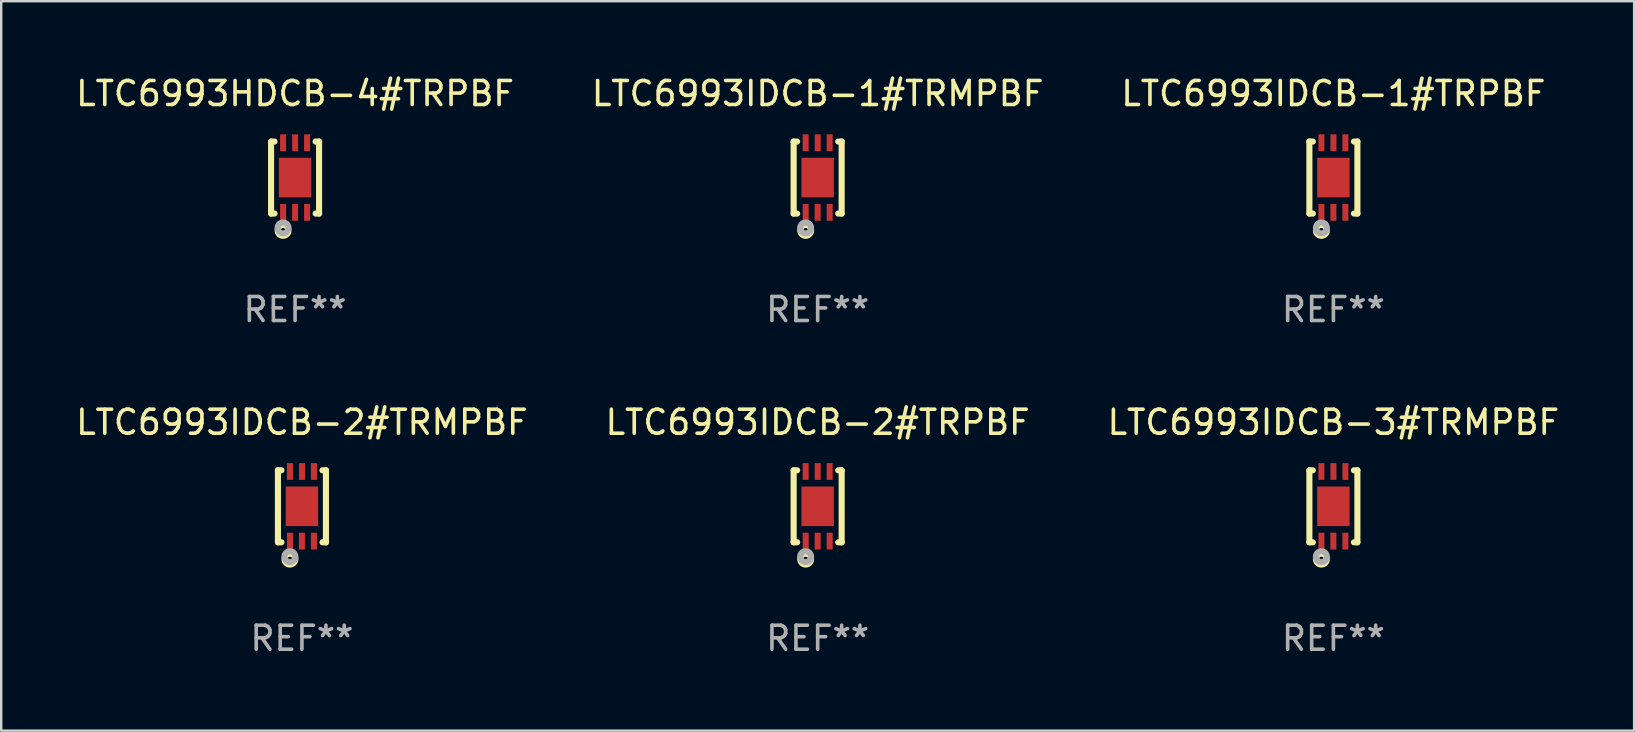
<source format=kicad_pcb>
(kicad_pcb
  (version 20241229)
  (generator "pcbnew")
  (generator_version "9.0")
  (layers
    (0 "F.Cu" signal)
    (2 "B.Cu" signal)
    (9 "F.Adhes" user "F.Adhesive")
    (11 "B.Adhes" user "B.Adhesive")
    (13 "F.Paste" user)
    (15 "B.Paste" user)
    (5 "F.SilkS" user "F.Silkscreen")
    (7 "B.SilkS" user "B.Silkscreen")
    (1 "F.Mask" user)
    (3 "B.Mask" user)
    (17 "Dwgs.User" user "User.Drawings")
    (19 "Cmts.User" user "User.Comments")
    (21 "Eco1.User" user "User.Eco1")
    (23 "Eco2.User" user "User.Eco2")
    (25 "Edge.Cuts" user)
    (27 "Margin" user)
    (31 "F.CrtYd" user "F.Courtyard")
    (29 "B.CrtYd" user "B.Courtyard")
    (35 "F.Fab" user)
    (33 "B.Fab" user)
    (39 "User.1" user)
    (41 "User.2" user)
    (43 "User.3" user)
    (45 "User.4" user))
  (footprint "LTC6993IDCB-2#TRPBF"
    (layer "F.Cu")
    (at 31.018 18.045)
    (property "Reference" "LTC6993IDCB-2#TRPBF" (at 0 -3.5 0) (layer "F.SilkS") (effects (font (size 1 1) (thickness 0.15))))
    (attr through_hole)
    (fp_line (start -1 1.5) (end -1 -1.5) (stroke (width 0.254) (type solid)) (layer "F.SilkS"))
    (fp_line (start -0.856 -1.5) (end -1 -1.5) (stroke (width 0.254) (type solid)) (layer "F.SilkS"))
    (fp_line (start -0.855 1.5) (end -1 1.5) (stroke (width 0.254) (type solid)) (layer "F.SilkS"))
    (fp_line (start 1 -1.5) (end 0.856 -1.5) (stroke (width 0.254) (type solid)) (layer "F.SilkS"))
    (fp_line (start 1 1.5) (end 0.856 1.5) (stroke (width 0.254) (type solid)) (layer "F.SilkS"))
    (fp_line (start 1 1.5) (end 1 -1.5) (stroke (width 0.254) (type solid)) (layer "F.SilkS"))
    (fp_circle (center -1 1.5) (end -0.97 1.5) (stroke (width 0.06) (type solid)) (fill no) (layer "F.SilkS"))
    (fp_circle (center -0.5 2.2) (end -0.4 2.2) (stroke (width 0.254) (type solid)) (fill no) (layer "F.SilkS"))
    (fp_circle (center -0.5 2.1) (end -0.4 2.1) (stroke (width 0.254) (type solid)) (fill no) (layer "F.Fab"))
    (fp_text user "REF**" (at 0 5.5 0) (layer "F.Fab") (effects (font (size 1 1) (thickness 0.15))))
    (pad "1" smd rect (at -0.499 1.45 180) (size 0.25 0.7) (layers "F.Cu" "F.Mask" "F.Paste"))
    (pad "2" smd rect (at 0.000025 1.45 180) (size 0.25 0.7) (layers "F.Cu" "F.Mask" "F.Paste"))
    (pad "3" smd rect (at 0.5 1.45 180) (size 0.25 0.7) (layers "F.Cu" "F.Mask" "F.Paste"))
    (pad "4" smd rect (at 0.5 -1.45 180) (size 0.25 0.7) (layers "F.Cu" "F.Mask" "F.Paste"))
    (pad "5" smd rect (at 0.002 -1.45 180) (size 0.25 0.7) (layers "F.Cu" "F.Mask" "F.Paste"))
    (pad "6" smd rect (at -0.5 -1.45 180) (size 0.25 0.7) (layers "F.Cu" "F.Mask" "F.Paste"))
    (pad "7" smd rect (at 0.000025 0.000038 180) (size 1.35 1.65) (layers "F.Cu" "F.Mask" "F.Paste")))
  (footprint "LTC6993IDCB-1#TRMPBF"
    (layer "F.Cu")
    (at 31.018 4.348)
    (property "Reference" "LTC6993IDCB-1#TRMPBF" (at 0 -3.5 0) (layer "F.SilkS") (effects (font (size 1 1) (thickness 0.15))))
    (attr through_hole)
    (fp_line (start -1 1.5) (end -1 -1.5) (stroke (width 0.254) (type solid)) (layer "F.SilkS"))
    (fp_line (start -0.856 -1.5) (end -1 -1.5) (stroke (width 0.254) (type solid)) (layer "F.SilkS"))
    (fp_line (start -0.855 1.5) (end -1 1.5) (stroke (width 0.254) (type solid)) (layer "F.SilkS"))
    (fp_line (start 1 -1.5) (end 0.856 -1.5) (stroke (width 0.254) (type solid)) (layer "F.SilkS"))
    (fp_line (start 1 1.5) (end 0.856 1.5) (stroke (width 0.254) (type solid)) (layer "F.SilkS"))
    (fp_line (start 1 1.5) (end 1 -1.5) (stroke (width 0.254) (type solid)) (layer "F.SilkS"))
    (fp_circle (center -1 1.5) (end -0.97 1.5) (stroke (width 0.06) (type solid)) (fill no) (layer "F.SilkS"))
    (fp_circle (center -0.5 2.2) (end -0.4 2.2) (stroke (width 0.254) (type solid)) (fill no) (layer "F.SilkS"))
    (fp_circle (center -0.5 2.1) (end -0.4 2.1) (stroke (width 0.254) (type solid)) (fill no) (layer "F.Fab"))
    (fp_text user "REF**" (at 0 5.5 0) (layer "F.Fab") (effects (font (size 1 1) (thickness 0.15))))
    (pad "1" smd rect (at -0.499 1.45 180) (size 0.25 0.7) (layers "F.Cu" "F.Mask" "F.Paste"))
    (pad "2" smd rect (at 0.000025 1.45 180) (size 0.25 0.7) (layers "F.Cu" "F.Mask" "F.Paste"))
    (pad "3" smd rect (at 0.5 1.45 180) (size 0.25 0.7) (layers "F.Cu" "F.Mask" "F.Paste"))
    (pad "4" smd rect (at 0.5 -1.45 180) (size 0.25 0.7) (layers "F.Cu" "F.Mask" "F.Paste"))
    (pad "5" smd rect (at 0.002 -1.45 180) (size 0.25 0.7) (layers "F.Cu" "F.Mask" "F.Paste"))
    (pad "6" smd rect (at -0.5 -1.45 180) (size 0.25 0.7) (layers "F.Cu" "F.Mask" "F.Paste"))
    (pad "7" smd rect (at 0.000025 0.000038 180) (size 1.35 1.65) (layers "F.Cu" "F.Mask" "F.Paste")))
  (footprint "LTC6993IDCB-3#TRMPBF"
    (layer "F.Cu")
    (at 52.506 18.045)
    (property "Reference" "LTC6993IDCB-3#TRMPBF" (at 0 -3.5 0) (layer "F.SilkS") (effects (font (size 1 1) (thickness 0.15))))
    (attr through_hole)
    (fp_line (start -1 1.5) (end -1 -1.5) (stroke (width 0.254) (type solid)) (layer "F.SilkS"))
    (fp_line (start -0.856 -1.5) (end -1 -1.5) (stroke (width 0.254) (type solid)) (layer "F.SilkS"))
    (fp_line (start -0.855 1.5) (end -1 1.5) (stroke (width 0.254) (type solid)) (layer "F.SilkS"))
    (fp_line (start 1 -1.5) (end 0.856 -1.5) (stroke (width 0.254) (type solid)) (layer "F.SilkS"))
    (fp_line (start 1 1.5) (end 0.856 1.5) (stroke (width 0.254) (type solid)) (layer "F.SilkS"))
    (fp_line (start 1 1.5) (end 1 -1.5) (stroke (width 0.254) (type solid)) (layer "F.SilkS"))
    (fp_circle (center -1 1.5) (end -0.97 1.5) (stroke (width 0.06) (type solid)) (fill no) (layer "F.SilkS"))
    (fp_circle (center -0.5 2.2) (end -0.4 2.2) (stroke (width 0.254) (type solid)) (fill no) (layer "F.SilkS"))
    (fp_circle (center -0.5 2.1) (end -0.4 2.1) (stroke (width 0.254) (type solid)) (fill no) (layer "F.Fab"))
    (fp_text user "REF**" (at 0 5.5 0) (layer "F.Fab") (effects (font (size 1 1) (thickness 0.15))))
    (pad "1" smd rect (at -0.499 1.45 180) (size 0.25 0.7) (layers "F.Cu" "F.Mask" "F.Paste"))
    (pad "2" smd rect (at 0.000025 1.45 180) (size 0.25 0.7) (layers "F.Cu" "F.Mask" "F.Paste"))
    (pad "3" smd rect (at 0.5 1.45 180) (size 0.25 0.7) (layers "F.Cu" "F.Mask" "F.Paste"))
    (pad "4" smd rect (at 0.5 -1.45 180) (size 0.25 0.7) (layers "F.Cu" "F.Mask" "F.Paste"))
    (pad "5" smd rect (at 0.002 -1.45 180) (size 0.25 0.7) (layers "F.Cu" "F.Mask" "F.Paste"))
    (pad "6" smd rect (at -0.5 -1.45 180) (size 0.25 0.7) (layers "F.Cu" "F.Mask" "F.Paste"))
    (pad "7" smd rect (at 0.000025 0.000038 180) (size 1.35 1.65) (layers "F.Cu" "F.Mask" "F.Paste")))
  (footprint "LTC6993IDCB-1#TRPBF"
    (layer "F.Cu")
    (at 52.506 4.348)
    (property "Reference" "LTC6993IDCB-1#TRPBF" (at 0 -3.5 0) (layer "F.SilkS") (effects (font (size 1 1) (thickness 0.15))))
    (attr through_hole)
    (fp_line (start -1 1.5) (end -1 -1.5) (stroke (width 0.254) (type solid)) (layer "F.SilkS"))
    (fp_line (start -0.856 -1.5) (end -1 -1.5) (stroke (width 0.254) (type solid)) (layer "F.SilkS"))
    (fp_line (start -0.855 1.5) (end -1 1.5) (stroke (width 0.254) (type solid)) (layer "F.SilkS"))
    (fp_line (start 1 -1.5) (end 0.856 -1.5) (stroke (width 0.254) (type solid)) (layer "F.SilkS"))
    (fp_line (start 1 1.5) (end 0.856 1.5) (stroke (width 0.254) (type solid)) (layer "F.SilkS"))
    (fp_line (start 1 1.5) (end 1 -1.5) (stroke (width 0.254) (type solid)) (layer "F.SilkS"))
    (fp_circle (center -1 1.5) (end -0.97 1.5) (stroke (width 0.06) (type solid)) (fill no) (layer "F.SilkS"))
    (fp_circle (center -0.5 2.2) (end -0.4 2.2) (stroke (width 0.254) (type solid)) (fill no) (layer "F.SilkS"))
    (fp_circle (center -0.5 2.1) (end -0.4 2.1) (stroke (width 0.254) (type solid)) (fill no) (layer "F.Fab"))
    (fp_text user "REF**" (at 0 5.5 0) (layer "F.Fab") (effects (font (size 1 1) (thickness 0.15))))
    (pad "1" smd rect (at -0.499 1.45 180) (size 0.25 0.7) (layers "F.Cu" "F.Mask" "F.Paste"))
    (pad "2" smd rect (at 0.000025 1.45 180) (size 0.25 0.7) (layers "F.Cu" "F.Mask" "F.Paste"))
    (pad "3" smd rect (at 0.5 1.45 180) (size 0.25 0.7) (layers "F.Cu" "F.Mask" "F.Paste"))
    (pad "4" smd rect (at 0.5 -1.45 180) (size 0.25 0.7) (layers "F.Cu" "F.Mask" "F.Paste"))
    (pad "5" smd rect (at 0.002 -1.45 180) (size 0.25 0.7) (layers "F.Cu" "F.Mask" "F.Paste"))
    (pad "6" smd rect (at -0.5 -1.45 180) (size 0.25 0.7) (layers "F.Cu" "F.Mask" "F.Paste"))
    (pad "7" smd rect (at 0.000025 0.000038 180) (size 1.35 1.65) (layers "F.Cu" "F.Mask" "F.Paste")))
  (footprint "LTC6993HDCB-4#TRPBF"
    (layer "F.Cu")
    (at 9.244 4.348)
    (property "Reference" "LTC6993HDCB-4#TRPBF" (at 0 -3.5 0) (layer "F.SilkS") (effects (font (size 1 1) (thickness 0.15))))
    (attr through_hole)
    (fp_line (start -1 1.5) (end -1 -1.5) (stroke (width 0.254) (type solid)) (layer "F.SilkS"))
    (fp_line (start -0.856 -1.5) (end -1 -1.5) (stroke (width 0.254) (type solid)) (layer "F.SilkS"))
    (fp_line (start -0.855 1.5) (end -1 1.5) (stroke (width 0.254) (type solid)) (layer "F.SilkS"))
    (fp_line (start 1 -1.5) (end 0.856 -1.5) (stroke (width 0.254) (type solid)) (layer "F.SilkS"))
    (fp_line (start 1 1.5) (end 0.856 1.5) (stroke (width 0.254) (type solid)) (layer "F.SilkS"))
    (fp_line (start 1 1.5) (end 1 -1.5) (stroke (width 0.254) (type solid)) (layer "F.SilkS"))
    (fp_circle (center -1 1.5) (end -0.97 1.5) (stroke (width 0.06) (type solid)) (fill no) (layer "F.SilkS"))
    (fp_circle (center -0.5 2.2) (end -0.4 2.2) (stroke (width 0.254) (type solid)) (fill no) (layer "F.SilkS"))
    (fp_circle (center -0.5 2.1) (end -0.4 2.1) (stroke (width 0.254) (type solid)) (fill no) (layer "F.Fab"))
    (fp_text user "REF**" (at 0 5.5 0) (layer "F.Fab") (effects (font (size 1 1) (thickness 0.15))))
    (pad "1" smd rect (at -0.499 1.45 180) (size 0.25 0.7) (layers "F.Cu" "F.Mask" "F.Paste"))
    (pad "2" smd rect (at 0.000025 1.45 180) (size 0.25 0.7) (layers "F.Cu" "F.Mask" "F.Paste"))
    (pad "3" smd rect (at 0.5 1.45 180) (size 0.25 0.7) (layers "F.Cu" "F.Mask" "F.Paste"))
    (pad "4" smd rect (at 0.5 -1.45 180) (size 0.25 0.7) (layers "F.Cu" "F.Mask" "F.Paste"))
    (pad "5" smd rect (at 0.002 -1.45 180) (size 0.25 0.7) (layers "F.Cu" "F.Mask" "F.Paste"))
    (pad "6" smd rect (at -0.5 -1.45 180) (size 0.25 0.7) (layers "F.Cu" "F.Mask" "F.Paste"))
    (pad "7" smd rect (at 0.000025 0.000038 180) (size 1.35 1.65) (layers "F.Cu" "F.Mask" "F.Paste")))
  (footprint "LTC6993IDCB-2#TRMPBF"
    (layer "F.Cu")
    (at 9.53 18.045)
    (property "Reference" "LTC6993IDCB-2#TRMPBF" (at 0 -3.5 0) (layer "F.SilkS") (effects (font (size 1 1) (thickness 0.15))))
    (attr through_hole)
    (fp_line (start -1 1.5) (end -1 -1.5) (stroke (width 0.254) (type solid)) (layer "F.SilkS"))
    (fp_line (start -0.856 -1.5) (end -1 -1.5) (stroke (width 0.254) (type solid)) (layer "F.SilkS"))
    (fp_line (start -0.855 1.5) (end -1 1.5) (stroke (width 0.254) (type solid)) (layer "F.SilkS"))
    (fp_line (start 1 -1.5) (end 0.856 -1.5) (stroke (width 0.254) (type solid)) (layer "F.SilkS"))
    (fp_line (start 1 1.5) (end 0.856 1.5) (stroke (width 0.254) (type solid)) (layer "F.SilkS"))
    (fp_line (start 1 1.5) (end 1 -1.5) (stroke (width 0.254) (type solid)) (layer "F.SilkS"))
    (fp_circle (center -1 1.5) (end -0.97 1.5) (stroke (width 0.06) (type solid)) (fill no) (layer "F.SilkS"))
    (fp_circle (center -0.5 2.2) (end -0.4 2.2) (stroke (width 0.254) (type solid)) (fill no) (layer "F.SilkS"))
    (fp_circle (center -0.5 2.1) (end -0.4 2.1) (stroke (width 0.254) (type solid)) (fill no) (layer "F.Fab"))
    (fp_text user "REF**" (at 0 5.5 0) (layer "F.Fab") (effects (font (size 1 1) (thickness 0.15))))
    (pad "1" smd rect (at -0.499 1.45 180) (size 0.25 0.7) (layers "F.Cu" "F.Mask" "F.Paste"))
    (pad "2" smd rect (at 0.000025 1.45 180) (size 0.25 0.7) (layers "F.Cu" "F.Mask" "F.Paste"))
    (pad "3" smd rect (at 0.5 1.45 180) (size 0.25 0.7) (layers "F.Cu" "F.Mask" "F.Paste"))
    (pad "4" smd rect (at 0.5 -1.45 180) (size 0.25 0.7) (layers "F.Cu" "F.Mask" "F.Paste"))
    (pad "5" smd rect (at 0.002 -1.45 180) (size 0.25 0.7) (layers "F.Cu" "F.Mask" "F.Paste"))
    (pad "6" smd rect (at -0.5 -1.45 180) (size 0.25 0.7) (layers "F.Cu" "F.Mask" "F.Paste"))
    (pad "7" smd rect (at 0.000025 0.000038 180) (size 1.35 1.65) (layers "F.Cu" "F.Mask" "F.Paste")))
  (gr_rect
    (start -3 -3)
    (end 65.036 27.393)
    (stroke (width 0.1) (type default))
    (fill no)
    (layer "Edge.Cuts")))
</source>
